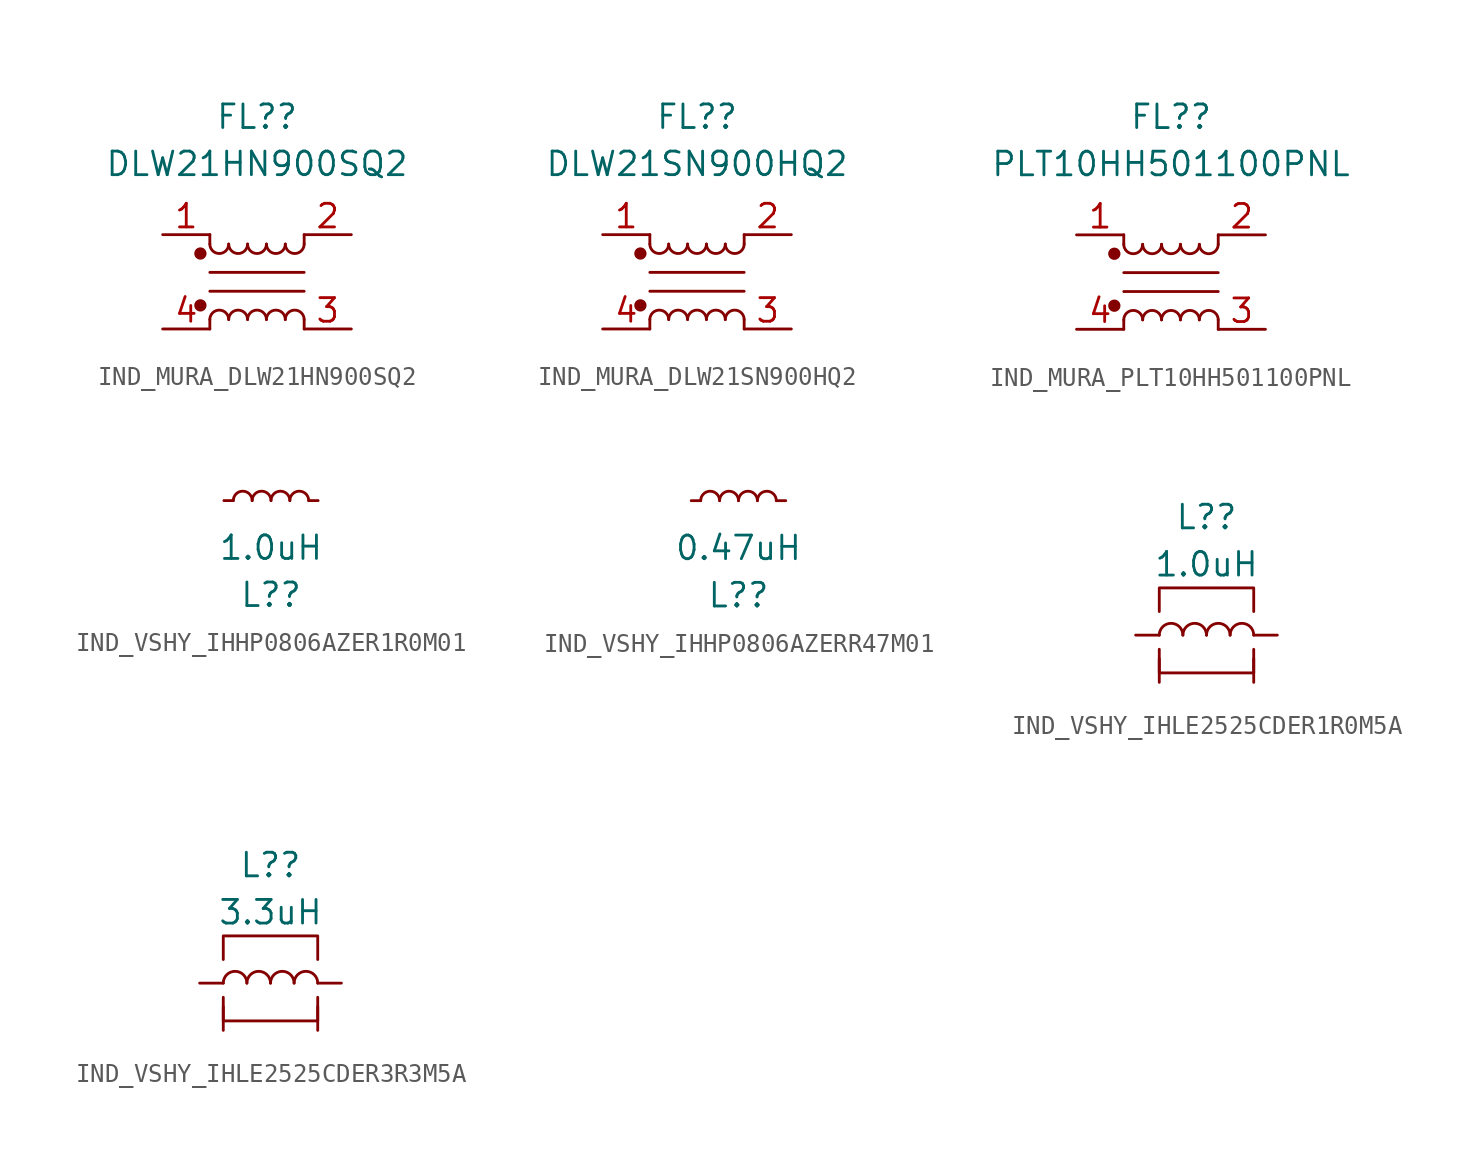
<source format=kicad_sym>
(kicad_symbol_lib
  (version 20231120)
  (generator "kicad_symbol_editor")
  (generator_version "8.0")
  (symbol "IND_MURA_DLW21HN900SQ2"
    (pin_names
      (offset 0.254) hide)
    (property "Reference" "FL?"
      (at 0 8.89 0)
      (effects (font (size 1.27 1.27))))
    (property "Value" "DLW21HN900SQ2"
      (at 0 6.35 0)
      (effects (font (size 1.27 1.27))))
    (symbol "IND_MURA_DLW21HN900SQ2_0_1"
      (circle (center -3.048 -1.27) (radius 0.254) (stroke (width 0) (type default)) (fill (type outline)))
      (circle (center -3.048 1.524) (radius 0.254) (stroke (width 0) (type default)) (fill (type outline)))
      (arc (start -2.54 2.032) (mid -2.032 1.5262) (end -1.524 2.032) (stroke (width 0) (type default)) (fill (type none)))
      (arc (start -1.524 -2.032) (mid -2.032 -1.5262) (end -2.54 -2.032) (stroke (width 0) (type default)) (fill (type none)))
      (arc (start -1.524 2.032) (mid -1.016 1.5262) (end -0.508 2.032) (stroke (width 0) (type default)) (fill (type none)))
      (arc (start -0.508 -2.032) (mid -1.016 -1.5262) (end -1.524 -2.032) (stroke (width 0) (type default)) (fill (type none)))
      (arc (start -0.508 2.032) (mid 0 1.5262) (end 0.508 2.032) (stroke (width 0) (type default)) (fill (type none)))
      (polyline (pts (xy -2.54 -2.032) (xy -2.54 -2.54)) (stroke (width 0) (type default)) (fill (type none)))
      (polyline (pts (xy -2.54 0.508) (xy 2.54 0.508)) (stroke (width 0) (type default)) (fill (type none)))
      (polyline (pts (xy -2.54 2.032) (xy -2.54 2.54)) (stroke (width 0) (type default)) (fill (type none)))
      (polyline (pts (xy 2.54 -2.032) (xy 2.54 -2.54)) (stroke (width 0) (type default)) (fill (type none)))
      (polyline (pts (xy 2.54 -0.508) (xy -2.54 -0.508)) (stroke (width 0) (type default)) (fill (type none)))
      (polyline (pts (xy 2.54 2.54) (xy 2.54 2.032)) (stroke (width 0) (type default)) (fill (type none)))
      (arc (start 0.508 -2.032) (mid 0 -1.5262) (end -0.508 -2.032) (stroke (width 0) (type default)) (fill (type none)))
      (arc (start 0.508 2.032) (mid 1.016 1.5262) (end 1.524 2.032) (stroke (width 0) (type default)) (fill (type none)))
      (arc (start 1.524 -2.032) (mid 1.016 -1.5262) (end 0.508 -2.032) (stroke (width 0) (type default)) (fill (type none)))
      (arc (start 1.524 2.032) (mid 2.032 1.5262) (end 2.54 2.032) (stroke (width 0) (type default)) (fill (type none)))
      (arc (start 2.54 -2.032) (mid 2.032 -1.5262) (end 1.524 -2.032) (stroke (width 0) (type default)) (fill (type none))))
    (symbol "IND_MURA_DLW21HN900SQ2_1_1"
      (pin passive line (at -5.08 2.54 0) (length 2.54) (name "1" (effects (font (size 1.27 1.27)))) (number "1" (effects (font (size 1.27 1.27)))))
      (pin passive line (at 5.08 2.54 180) (length 2.54) (name "2" (effects (font (size 1.27 1.27)))) (number "2" (effects (font (size 1.27 1.27)))))
      (pin passive line (at 5.08 -2.54 180) (length 2.54) (name "3" (effects (font (size 1.27 1.27)))) (number "3" (effects (font (size 1.27 1.27)))))
      (pin passive line (at -5.08 -2.54 0) (length 2.54) (name "4" (effects (font (size 1.27 1.27)))) (number "4" (effects (font (size 1.27 1.27)))))))
  (symbol "IND_MURA_DLW21SN900HQ2"
    (pin_names
      (offset 0.254) hide)
    (property "Reference" "FL?"
      (at 0 8.89 0)
      (effects (font (size 1.27 1.27))))
    (property "Value" "DLW21SN900HQ2"
      (at 0 6.35 0)
      (effects (font (size 1.27 1.27))))
    (symbol "IND_MURA_DLW21SN900HQ2_0_1"
      (circle (center -3.048 -1.27) (radius 0.254) (stroke (width 0) (type default)) (fill (type outline)))
      (circle (center -3.048 1.524) (radius 0.254) (stroke (width 0) (type default)) (fill (type outline)))
      (arc (start -2.54 2.032) (mid -2.032 1.5262) (end -1.524 2.032) (stroke (width 0) (type default)) (fill (type none)))
      (arc (start -1.524 -2.032) (mid -2.032 -1.5262) (end -2.54 -2.032) (stroke (width 0) (type default)) (fill (type none)))
      (arc (start -1.524 2.032) (mid -1.016 1.5262) (end -0.508 2.032) (stroke (width 0) (type default)) (fill (type none)))
      (arc (start -0.508 -2.032) (mid -1.016 -1.5262) (end -1.524 -2.032) (stroke (width 0) (type default)) (fill (type none)))
      (arc (start -0.508 2.032) (mid 0 1.5262) (end 0.508 2.032) (stroke (width 0) (type default)) (fill (type none)))
      (polyline (pts (xy -2.54 -2.032) (xy -2.54 -2.54)) (stroke (width 0) (type default)) (fill (type none)))
      (polyline (pts (xy -2.54 0.508) (xy 2.54 0.508)) (stroke (width 0) (type default)) (fill (type none)))
      (polyline (pts (xy -2.54 2.032) (xy -2.54 2.54)) (stroke (width 0) (type default)) (fill (type none)))
      (polyline (pts (xy 2.54 -2.032) (xy 2.54 -2.54)) (stroke (width 0) (type default)) (fill (type none)))
      (polyline (pts (xy 2.54 -0.508) (xy -2.54 -0.508)) (stroke (width 0) (type default)) (fill (type none)))
      (polyline (pts (xy 2.54 2.54) (xy 2.54 2.032)) (stroke (width 0) (type default)) (fill (type none)))
      (arc (start 0.508 -2.032) (mid 0 -1.5262) (end -0.508 -2.032) (stroke (width 0) (type default)) (fill (type none)))
      (arc (start 0.508 2.032) (mid 1.016 1.5262) (end 1.524 2.032) (stroke (width 0) (type default)) (fill (type none)))
      (arc (start 1.524 -2.032) (mid 1.016 -1.5262) (end 0.508 -2.032) (stroke (width 0) (type default)) (fill (type none)))
      (arc (start 1.524 2.032) (mid 2.032 1.5262) (end 2.54 2.032) (stroke (width 0) (type default)) (fill (type none)))
      (arc (start 2.54 -2.032) (mid 2.032 -1.5262) (end 1.524 -2.032) (stroke (width 0) (type default)) (fill (type none))))
    (symbol "IND_MURA_DLW21SN900HQ2_1_1"
      (pin passive line (at -5.08 2.54 0) (length 2.54) (name "1" (effects (font (size 1.27 1.27)))) (number "1" (effects (font (size 1.27 1.27)))))
      (pin passive line (at 5.08 2.54 180) (length 2.54) (name "2" (effects (font (size 1.27 1.27)))) (number "2" (effects (font (size 1.27 1.27)))))
      (pin passive line (at 5.08 -2.54 180) (length 2.54) (name "3" (effects (font (size 1.27 1.27)))) (number "3" (effects (font (size 1.27 1.27)))))
      (pin passive line (at -5.08 -2.54 0) (length 2.54) (name "4" (effects (font (size 1.27 1.27)))) (number "4" (effects (font (size 1.27 1.27)))))))
  (symbol "IND_MURA_PLT10HH501100PNL"
    (pin_names
      (offset 0.254) hide)
    (property "Reference" "FL?"
      (at 0 8.89 0)
      (effects (font (size 1.27 1.27))))
    (property "Value" "PLT10HH501100PNL"
      (at 0 6.35 0)
      (effects (font (size 1.27 1.27))))
    (symbol "IND_MURA_PLT10HH501100PNL_0_1"
      (circle (center -3.048 -1.27) (radius 0.254) (stroke (width 0) (type default)) (fill (type outline)))
      (circle (center -3.048 1.524) (radius 0.254) (stroke (width 0) (type default)) (fill (type outline)))
      (arc (start -2.54 2.032) (mid -2.032 1.5262) (end -1.524 2.032) (stroke (width 0) (type default)) (fill (type none)))
      (arc (start -1.524 -2.032) (mid -2.032 -1.5262) (end -2.54 -2.032) (stroke (width 0) (type default)) (fill (type none)))
      (arc (start -1.524 2.032) (mid -1.016 1.5262) (end -0.508 2.032) (stroke (width 0) (type default)) (fill (type none)))
      (arc (start -0.508 -2.032) (mid -1.016 -1.5262) (end -1.524 -2.032) (stroke (width 0) (type default)) (fill (type none)))
      (arc (start -0.508 2.032) (mid 0 1.5262) (end 0.508 2.032) (stroke (width 0) (type default)) (fill (type none)))
      (polyline (pts (xy -2.54 -2.032) (xy -2.54 -2.54)) (stroke (width 0) (type default)) (fill (type none)))
      (polyline (pts (xy -2.54 0.508) (xy 2.54 0.508)) (stroke (width 0) (type default)) (fill (type none)))
      (polyline (pts (xy -2.54 2.032) (xy -2.54 2.54)) (stroke (width 0) (type default)) (fill (type none)))
      (polyline (pts (xy 2.54 -2.032) (xy 2.54 -2.54)) (stroke (width 0) (type default)) (fill (type none)))
      (polyline (pts (xy 2.54 -0.508) (xy -2.54 -0.508)) (stroke (width 0) (type default)) (fill (type none)))
      (polyline (pts (xy 2.54 2.54) (xy 2.54 2.032)) (stroke (width 0) (type default)) (fill (type none)))
      (arc (start 0.508 -2.032) (mid 0 -1.5262) (end -0.508 -2.032) (stroke (width 0) (type default)) (fill (type none)))
      (arc (start 0.508 2.032) (mid 1.016 1.5262) (end 1.524 2.032) (stroke (width 0) (type default)) (fill (type none)))
      (arc (start 1.524 -2.032) (mid 1.016 -1.5262) (end 0.508 -2.032) (stroke (width 0) (type default)) (fill (type none)))
      (arc (start 1.524 2.032) (mid 2.032 1.5262) (end 2.54 2.032) (stroke (width 0) (type default)) (fill (type none)))
      (arc (start 2.54 -2.032) (mid 2.032 -1.5262) (end 1.524 -2.032) (stroke (width 0) (type default)) (fill (type none))))
    (symbol "IND_MURA_PLT10HH501100PNL_1_1"
      (pin passive line (at -5.08 2.54 0) (length 2.54) (name "1" (effects (font (size 1.27 1.27)))) (number "1" (effects (font (size 1.27 1.27)))))
      (pin passive line (at 5.08 2.54 180) (length 2.54) (name "2" (effects (font (size 1.27 1.27)))) (number "2" (effects (font (size 1.27 1.27)))))
      (pin passive line (at 5.08 -2.54 180) (length 2.54) (name "3" (effects (font (size 1.27 1.27)))) (number "3" (effects (font (size 1.27 1.27)))))
      (pin passive line (at -5.08 -2.54 0) (length 2.54) (name "4" (effects (font (size 1.27 1.27)))) (number "4" (effects (font (size 1.27 1.27)))))))
  (symbol "IND_VSHY_IHHP0806AZER1R0M01"
    (pin_numbers hide)
    (pin_names
      (offset 0.254) hide)
    (property "Reference" "L?"
      (at 0 -5.08 0)
      (effects (font (size 1.27 1.27))))
    (property "Value" "1.0uH"
      (at 0 -2.54 0)
      (effects (font (size 1.27 1.27))))
    (symbol "IND_VSHY_IHHP0806AZER1R0M01_0_1"
      (arc (start -1.016 0) (mid -1.524 0.5058) (end -2.032 0) (stroke (width 0) (type default)) (fill (type none)))
      (arc (start 0 0) (mid -0.508 0.5058) (end -1.016 0) (stroke (width 0) (type default)) (fill (type none)))
      (arc (start 1.016 0) (mid 0.508 0.5058) (end 0 0) (stroke (width 0) (type default)) (fill (type none)))
      (arc (start 2.032 0) (mid 1.524 0.5058) (end 1.016 0) (stroke (width 0) (type default)) (fill (type none))))
    (symbol "IND_VSHY_IHHP0806AZER1R0M01_1_1"
      (pin passive line (at -2.54 0 0) (length 0.508) (name "~" (effects (font (size 1.27 1.27)))) (number "1" (effects (font (size 1.27 1.27)))))
      (pin passive line (at 2.54 0 180) (length 0.508) (name "~" (effects (font (size 1.27 1.27)))) (number "2" (effects (font (size 1.27 1.27)))))))
  (symbol "IND_VSHY_IHHP0806AZERR47M01"
    (pin_numbers hide)
    (pin_names
      (offset 0.254) hide)
    (property "Reference" "L?"
      (at 0 -5.08 0)
      (effects (font (size 1.27 1.27))))
    (property "Value" "0.47uH"
      (at 0 -2.54 0)
      (effects (font (size 1.27 1.27))))
    (symbol "IND_VSHY_IHHP0806AZERR47M01_0_1"
      (arc (start -1.016 0) (mid -1.524 0.5058) (end -2.032 0) (stroke (width 0) (type default)) (fill (type none)))
      (arc (start 0 0) (mid -0.508 0.5058) (end -1.016 0) (stroke (width 0) (type default)) (fill (type none)))
      (arc (start 1.016 0) (mid 0.508 0.5058) (end 0 0) (stroke (width 0) (type default)) (fill (type none)))
      (arc (start 2.032 0) (mid 1.524 0.5058) (end 1.016 0) (stroke (width 0) (type default)) (fill (type none))))
    (symbol "IND_VSHY_IHHP0806AZERR47M01_1_1"
      (pin passive line (at -2.54 0 0) (length 0.508) (name "~" (effects (font (size 1.27 1.27)))) (number "1" (effects (font (size 1.27 1.27)))))
      (pin passive line (at 2.54 0 180) (length 0.508) (name "~" (effects (font (size 1.27 1.27)))) (number "2" (effects (font (size 1.27 1.27)))))))
  (symbol "IND_VSHY_IHLE2525CDER1R0M5A"
    (pin_numbers hide)
    (pin_names
      (offset 1.016) hide)
    (property "Reference" "L?"
      (at 0 6.35 0)
      (effects (font (size 1.27 1.27))))
    (property "Value" "1.0uH"
      (at 0 3.81 0)
      (effects (font (size 1.27 1.27))))
    (symbol "IND_VSHY_IHLE2525CDER1R0M5A_0_1"
      (arc (start -1.27 0) (mid -1.905 0.6323) (end -2.54 0) (stroke (width 0) (type default)) (fill (type none)))
      (arc (start 0 0) (mid -0.635 0.6323) (end -1.27 0) (stroke (width 0) (type default)) (fill (type none)))
      (polyline (pts (xy -2.54 -0.762) (xy -2.54 -2.032) (xy 2.54 -2.032) (xy 2.54 -0.762)) (stroke (width 0) (type default)) (fill (type none)))
      (polyline (pts (xy 2.54 1.27) (xy 2.54 2.54) (xy -2.54 2.54) (xy -2.54 1.27)) (stroke (width 0) (type default)) (fill (type none)))
      (arc (start 1.27 0) (mid 0.635 0.6323) (end 0 0) (stroke (width 0) (type default)) (fill (type none)))
      (arc (start 2.54 0) (mid 1.905 0.6323) (end 1.27 0) (stroke (width 0) (type default)) (fill (type none))))
    (symbol "IND_VSHY_IHLE2525CDER1R0M5A_1_1"
      (pin passive line (at -3.81 0 0) (length 1.27) (name "1" (effects (font (size 1.27 1.27)))) (number "1" (effects (font (size 1.27 1.27)))))
      (pin passive line (at 3.81 0 180) (length 1.27) (name "2" (effects (font (size 1.27 1.27)))) (number "2" (effects (font (size 1.27 1.27)))))
      (pin passive line (at -2.54 -2.54 90) (length 1.27) (name "SH2" (effects (font (size 1.27 1.27)))) (number "3" (effects (font (size 1.27 1.27)))))
      (pin passive line (at 2.54 -2.54 90) (length 1.27) (name "SH1" (effects (font (size 1.27 1.27)))) (number "4" (effects (font (size 1.27 1.27)))))))
  (symbol "IND_VSHY_IHLE2525CDER3R3M5A"
    (pin_numbers hide)
    (pin_names
      (offset 1.016) hide)
    (property "Reference" "L?"
      (at 0 6.35 0)
      (effects (font (size 1.27 1.27))))
    (property "Value" "3.3uH"
      (at 0 3.81 0)
      (effects (font (size 1.27 1.27))))
    (symbol "IND_VSHY_IHLE2525CDER3R3M5A_0_1"
      (arc (start -1.27 0) (mid -1.905 0.6323) (end -2.54 0) (stroke (width 0) (type default)) (fill (type none)))
      (arc (start 0 0) (mid -0.635 0.6323) (end -1.27 0) (stroke (width 0) (type default)) (fill (type none)))
      (polyline (pts (xy -2.54 -0.762) (xy -2.54 -2.032) (xy 2.54 -2.032) (xy 2.54 -0.762)) (stroke (width 0) (type default)) (fill (type none)))
      (polyline (pts (xy 2.54 1.27) (xy 2.54 2.54) (xy -2.54 2.54) (xy -2.54 1.27)) (stroke (width 0) (type default)) (fill (type none)))
      (arc (start 1.27 0) (mid 0.635 0.6323) (end 0 0) (stroke (width 0) (type default)) (fill (type none)))
      (arc (start 2.54 0) (mid 1.905 0.6323) (end 1.27 0) (stroke (width 0) (type default)) (fill (type none))))
    (symbol "IND_VSHY_IHLE2525CDER3R3M5A_1_1"
      (pin passive line (at -3.81 0 0) (length 1.27) (name "1" (effects (font (size 1.27 1.27)))) (number "1" (effects (font (size 1.27 1.27)))))
      (pin passive line (at 3.81 0 180) (length 1.27) (name "2" (effects (font (size 1.27 1.27)))) (number "2" (effects (font (size 1.27 1.27)))))
      (pin passive line (at -2.54 -2.54 90) (length 1.27) (name "SH2" (effects (font (size 1.27 1.27)))) (number "3" (effects (font (size 1.27 1.27)))))
      (pin passive line (at 2.54 -2.54 90) (length 1.27) (name "SH1" (effects (font (size 1.27 1.27)))) (number "4" (effects (font (size 1.27 1.27))))))))
</source>
